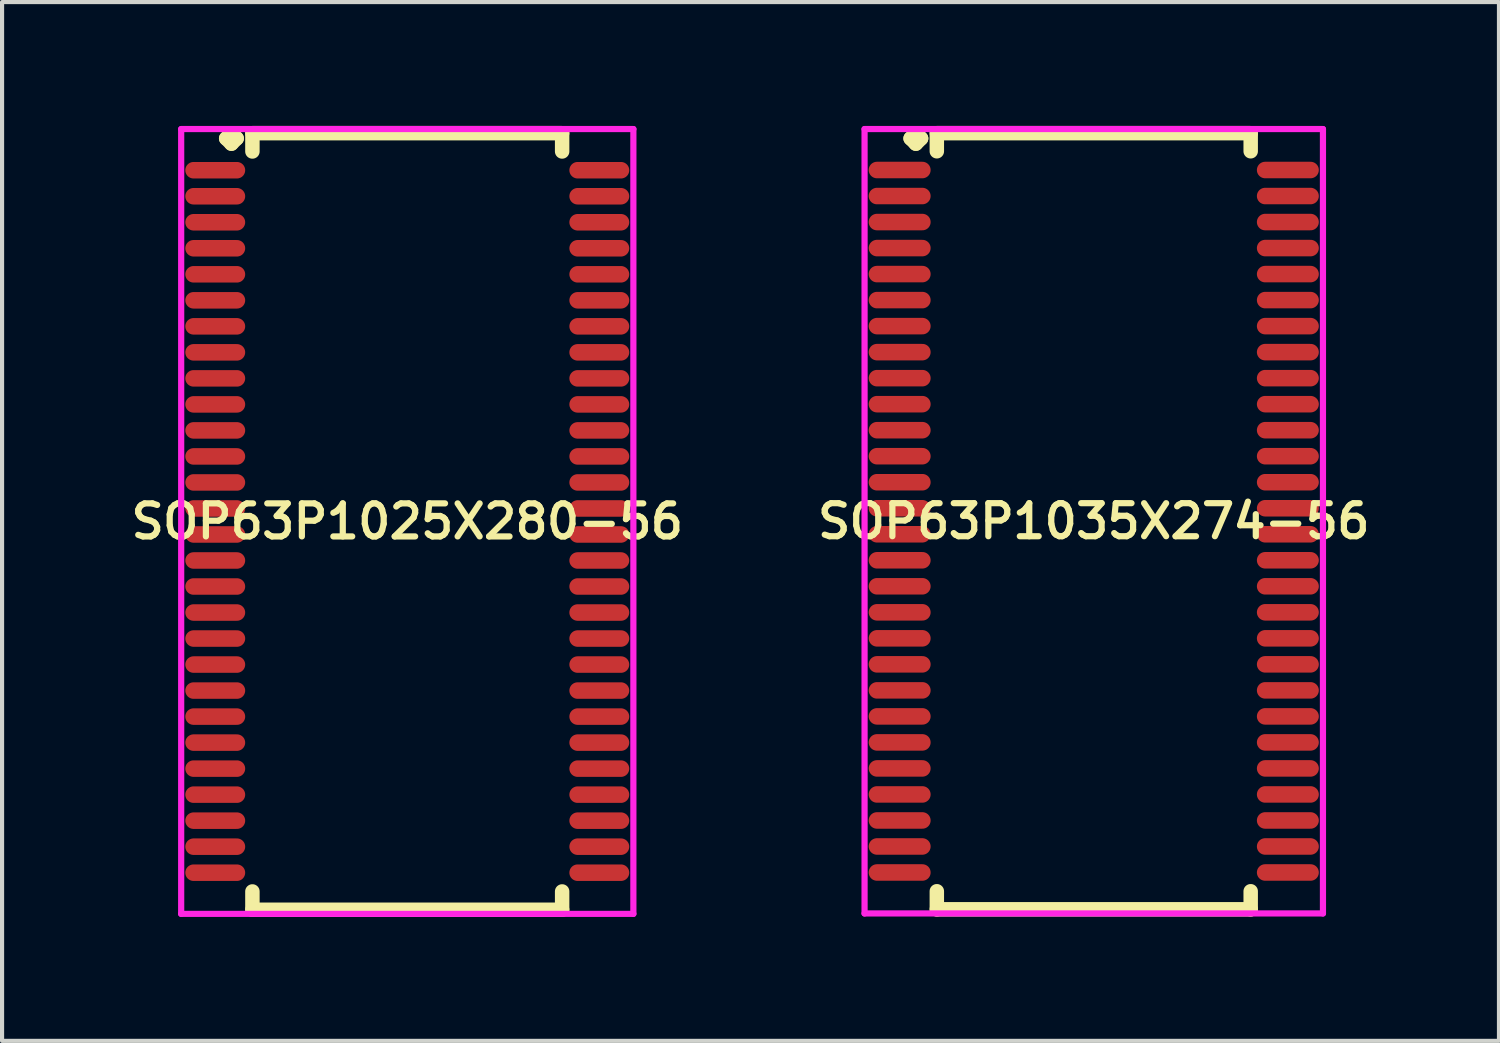
<source format=kicad_pcb>
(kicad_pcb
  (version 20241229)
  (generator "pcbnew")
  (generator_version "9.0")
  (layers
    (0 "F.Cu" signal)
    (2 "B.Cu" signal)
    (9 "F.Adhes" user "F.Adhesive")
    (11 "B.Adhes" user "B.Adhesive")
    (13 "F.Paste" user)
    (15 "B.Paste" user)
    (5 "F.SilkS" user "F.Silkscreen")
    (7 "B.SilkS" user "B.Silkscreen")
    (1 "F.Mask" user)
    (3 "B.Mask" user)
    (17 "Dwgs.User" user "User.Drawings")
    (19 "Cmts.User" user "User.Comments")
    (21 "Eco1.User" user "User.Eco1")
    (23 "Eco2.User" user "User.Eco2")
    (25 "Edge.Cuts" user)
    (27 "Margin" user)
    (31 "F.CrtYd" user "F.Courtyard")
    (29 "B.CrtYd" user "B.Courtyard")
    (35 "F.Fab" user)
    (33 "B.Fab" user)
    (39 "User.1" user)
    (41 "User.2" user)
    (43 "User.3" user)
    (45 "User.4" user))
  (footprint "SOP63P1025X280-56"
    (layer "F.Cu")
    (at 6.812 9.577)
    (property "Reference" "SOP63P1025X280-56" (at 0 0 0) (layer "F.SilkS") (effects (font (size 0.8 0.8) (thickness 0.15))))
    (attr smd)
    (fp_line (start -4.385 -9.275) (end -4.258 -9.402) (stroke (width 0.35) (type solid)) (layer "F.SilkS"))
    (fp_line (start -4.258 -9.402) (end -4.131 -9.275) (stroke (width 0.35) (type solid)) (layer "F.SilkS"))
    (fp_line (start -4.258 -9.148) (end -4.385 -9.275) (stroke (width 0.35) (type solid)) (layer "F.SilkS"))
    (fp_line (start -4.131 -9.275) (end -4.258 -9.148) (stroke (width 0.35) (type solid)) (layer "F.SilkS"))
    (fp_line (start -3.75 -9.402) (end 3.75 -9.402) (stroke (width 0.35) (type solid)) (layer "F.SilkS"))
    (fp_line (start -3.75 -8.959) (end -3.75 -9.402) (stroke (width 0.35) (type solid)) (layer "F.SilkS"))
    (fp_line (start -3.75 8.959) (end -3.75 9.402) (stroke (width 0.35) (type solid)) (layer "F.SilkS"))
    (fp_line (start -3.75 9.402) (end 3.75 9.402) (stroke (width 0.35) (type solid)) (layer "F.SilkS"))
    (fp_line (start 3.75 -9.402) (end 3.75 -8.959) (stroke (width 0.35) (type solid)) (layer "F.SilkS"))
    (fp_line (start 3.75 9.402) (end 3.75 8.959) (stroke (width 0.35) (type solid)) (layer "F.SilkS"))
    (fp_line (start -5.475 -9.502) (end 5.475 -9.502) (stroke (width 0.15) (type solid)) (layer "F.CrtYd"))
    (fp_line (start -5.475 9.502) (end -5.475 -9.502) (stroke (width 0.15) (type solid)) (layer "F.CrtYd"))
    (fp_line (start 5.475 -9.502) (end 5.475 9.502) (stroke (width 0.15) (type solid)) (layer "F.CrtYd"))
    (fp_line (start 5.475 9.502) (end -5.475 9.502) (stroke (width 0.15) (type solid)) (layer "F.CrtYd"))
    (pad "1" smd oval (at -4.65 -8.505) (size 1.45 0.4) (layers "F.Cu" "F.Mask" "F.Paste"))
    (pad "2" smd oval (at -4.65 -7.875) (size 1.45 0.4) (layers "F.Cu" "F.Mask" "F.Paste"))
    (pad "3" smd oval (at -4.65 -7.245) (size 1.45 0.4) (layers "F.Cu" "F.Mask" "F.Paste"))
    (pad "4" smd oval (at -4.65 -6.615) (size 1.45 0.4) (layers "F.Cu" "F.Mask" "F.Paste"))
    (pad "5" smd oval (at -4.65 -5.985) (size 1.45 0.4) (layers "F.Cu" "F.Mask" "F.Paste"))
    (pad "6" smd oval (at -4.65 -5.355) (size 1.45 0.4) (layers "F.Cu" "F.Mask" "F.Paste"))
    (pad "7" smd oval (at -4.65 -4.725) (size 1.45 0.4) (layers "F.Cu" "F.Mask" "F.Paste"))
    (pad "8" smd oval (at -4.65 -4.095) (size 1.45 0.4) (layers "F.Cu" "F.Mask" "F.Paste"))
    (pad "9" smd oval (at -4.65 -3.465) (size 1.45 0.4) (layers "F.Cu" "F.Mask" "F.Paste"))
    (pad "10" smd oval (at -4.65 -2.835) (size 1.45 0.4) (layers "F.Cu" "F.Mask" "F.Paste"))
    (pad "11" smd oval (at -4.65 -2.205) (size 1.45 0.4) (layers "F.Cu" "F.Mask" "F.Paste"))
    (pad "12" smd oval (at -4.65 -1.575) (size 1.45 0.4) (layers "F.Cu" "F.Mask" "F.Paste"))
    (pad "13" smd oval (at -4.65 -0.945) (size 1.45 0.4) (layers "F.Cu" "F.Mask" "F.Paste"))
    (pad "14" smd oval (at -4.65 -0.315) (size 1.45 0.4) (layers "F.Cu" "F.Mask" "F.Paste"))
    (pad "15" smd oval (at -4.65 0.315) (size 1.45 0.4) (layers "F.Cu" "F.Mask" "F.Paste"))
    (pad "16" smd oval (at -4.65 0.945) (size 1.45 0.4) (layers "F.Cu" "F.Mask" "F.Paste"))
    (pad "17" smd oval (at -4.65 1.575) (size 1.45 0.4) (layers "F.Cu" "F.Mask" "F.Paste"))
    (pad "18" smd oval (at -4.65 2.205) (size 1.45 0.4) (layers "F.Cu" "F.Mask" "F.Paste"))
    (pad "19" smd oval (at -4.65 2.835) (size 1.45 0.4) (layers "F.Cu" "F.Mask" "F.Paste"))
    (pad "20" smd oval (at -4.65 3.465) (size 1.45 0.4) (layers "F.Cu" "F.Mask" "F.Paste"))
    (pad "21" smd oval (at -4.65 4.095) (size 1.45 0.4) (layers "F.Cu" "F.Mask" "F.Paste"))
    (pad "22" smd oval (at -4.65 4.725) (size 1.45 0.4) (layers "F.Cu" "F.Mask" "F.Paste"))
    (pad "23" smd oval (at -4.65 5.355) (size 1.45 0.4) (layers "F.Cu" "F.Mask" "F.Paste"))
    (pad "24" smd oval (at -4.65 5.985) (size 1.45 0.4) (layers "F.Cu" "F.Mask" "F.Paste"))
    (pad "25" smd oval (at -4.65 6.615) (size 1.45 0.4) (layers "F.Cu" "F.Mask" "F.Paste"))
    (pad "26" smd oval (at -4.65 7.245) (size 1.45 0.4) (layers "F.Cu" "F.Mask" "F.Paste"))
    (pad "27" smd oval (at -4.65 7.875) (size 1.45 0.4) (layers "F.Cu" "F.Mask" "F.Paste"))
    (pad "28" smd oval (at -4.65 8.505) (size 1.45 0.4) (layers "F.Cu" "F.Mask" "F.Paste"))
    (pad "29" smd oval (at 4.65 8.505) (size 1.45 0.4) (layers "F.Cu" "F.Mask" "F.Paste"))
    (pad "30" smd oval (at 4.65 7.875) (size 1.45 0.4) (layers "F.Cu" "F.Mask" "F.Paste"))
    (pad "31" smd oval (at 4.65 7.245) (size 1.45 0.4) (layers "F.Cu" "F.Mask" "F.Paste"))
    (pad "32" smd oval (at 4.65 6.615) (size 1.45 0.4) (layers "F.Cu" "F.Mask" "F.Paste"))
    (pad "33" smd oval (at 4.65 5.985) (size 1.45 0.4) (layers "F.Cu" "F.Mask" "F.Paste"))
    (pad "34" smd oval (at 4.65 5.355) (size 1.45 0.4) (layers "F.Cu" "F.Mask" "F.Paste"))
    (pad "35" smd oval (at 4.65 4.725) (size 1.45 0.4) (layers "F.Cu" "F.Mask" "F.Paste"))
    (pad "36" smd oval (at 4.65 4.095) (size 1.45 0.4) (layers "F.Cu" "F.Mask" "F.Paste"))
    (pad "37" smd oval (at 4.65 3.465) (size 1.45 0.4) (layers "F.Cu" "F.Mask" "F.Paste"))
    (pad "38" smd oval (at 4.65 2.835) (size 1.45 0.4) (layers "F.Cu" "F.Mask" "F.Paste"))
    (pad "39" smd oval (at 4.65 2.205) (size 1.45 0.4) (layers "F.Cu" "F.Mask" "F.Paste"))
    (pad "40" smd oval (at 4.65 1.575) (size 1.45 0.4) (layers "F.Cu" "F.Mask" "F.Paste"))
    (pad "41" smd oval (at 4.65 0.945) (size 1.45 0.4) (layers "F.Cu" "F.Mask" "F.Paste"))
    (pad "42" smd oval (at 4.65 0.315) (size 1.45 0.4) (layers "F.Cu" "F.Mask" "F.Paste"))
    (pad "43" smd oval (at 4.65 -0.315) (size 1.45 0.4) (layers "F.Cu" "F.Mask" "F.Paste"))
    (pad "44" smd oval (at 4.65 -0.945) (size 1.45 0.4) (layers "F.Cu" "F.Mask" "F.Paste"))
    (pad "45" smd oval (at 4.65 -1.575) (size 1.45 0.4) (layers "F.Cu" "F.Mask" "F.Paste"))
    (pad "46" smd oval (at 4.65 -2.205) (size 1.45 0.4) (layers "F.Cu" "F.Mask" "F.Paste"))
    (pad "47" smd oval (at 4.65 -2.835) (size 1.45 0.4) (layers "F.Cu" "F.Mask" "F.Paste"))
    (pad "48" smd oval (at 4.65 -3.465) (size 1.45 0.4) (layers "F.Cu" "F.Mask" "F.Paste"))
    (pad "49" smd oval (at 4.65 -4.095) (size 1.45 0.4) (layers "F.Cu" "F.Mask" "F.Paste"))
    (pad "50" smd oval (at 4.65 -4.725) (size 1.45 0.4) (layers "F.Cu" "F.Mask" "F.Paste"))
    (pad "51" smd oval (at 4.65 -5.355) (size 1.45 0.4) (layers "F.Cu" "F.Mask" "F.Paste"))
    (pad "52" smd oval (at 4.65 -5.985) (size 1.45 0.4) (layers "F.Cu" "F.Mask" "F.Paste"))
    (pad "53" smd oval (at 4.65 -6.615) (size 1.45 0.4) (layers "F.Cu" "F.Mask" "F.Paste"))
    (pad "54" smd oval (at 4.65 -7.245) (size 1.45 0.4) (layers "F.Cu" "F.Mask" "F.Paste"))
    (pad "55" smd oval (at 4.65 -7.875) (size 1.45 0.4) (layers "F.Cu" "F.Mask" "F.Paste"))
    (pad "56" smd oval (at 4.65 -8.505) (size 1.45 0.4) (layers "F.Cu" "F.Mask" "F.Paste")))
  (footprint "SOP63P1035X274-56"
    (layer "F.Cu")
    (at 23.435 9.572)
    (property "Reference" "SOP63P1035X274-56" (at 0 0 0) (layer "F.SilkS") (effects (font (size 0.8 0.8) (thickness 0.15))))
    (attr smd)
    (fp_line (start -4.435 -9.27) (end -4.308 -9.397) (stroke (width 0.35) (type solid)) (layer "F.SilkS"))
    (fp_line (start -4.308 -9.397) (end -4.181 -9.27) (stroke (width 0.35) (type solid)) (layer "F.SilkS"))
    (fp_line (start -4.308 -9.143) (end -4.435 -9.27) (stroke (width 0.35) (type solid)) (layer "F.SilkS"))
    (fp_line (start -4.181 -9.27) (end -4.308 -9.143) (stroke (width 0.35) (type solid)) (layer "F.SilkS"))
    (fp_line (start -3.8 -9.397) (end 3.8 -9.397) (stroke (width 0.35) (type solid)) (layer "F.SilkS"))
    (fp_line (start -3.8 -8.959) (end -3.8 -9.397) (stroke (width 0.35) (type solid)) (layer "F.SilkS"))
    (fp_line (start -3.8 8.959) (end -3.8 9.397) (stroke (width 0.35) (type solid)) (layer "F.SilkS"))
    (fp_line (start -3.8 9.397) (end 3.8 9.397) (stroke (width 0.35) (type solid)) (layer "F.SilkS"))
    (fp_line (start 3.8 -9.397) (end 3.8 -8.959) (stroke (width 0.35) (type solid)) (layer "F.SilkS"))
    (fp_line (start 3.8 9.397) (end 3.8 8.959) (stroke (width 0.35) (type solid)) (layer "F.SilkS"))
    (fp_line (start -5.55 -9.497) (end 5.55 -9.497) (stroke (width 0.15) (type solid)) (layer "F.CrtYd"))
    (fp_line (start -5.55 9.497) (end -5.55 -9.497) (stroke (width 0.15) (type solid)) (layer "F.CrtYd"))
    (fp_line (start 5.55 -9.497) (end 5.55 9.497) (stroke (width 0.15) (type solid)) (layer "F.CrtYd"))
    (fp_line (start 5.55 9.497) (end -5.55 9.497) (stroke (width 0.15) (type solid)) (layer "F.CrtYd"))
    (pad "1" smd oval (at -4.7 -8.505) (size 1.5 0.4) (layers "F.Cu" "F.Mask" "F.Paste"))
    (pad "2" smd oval (at -4.7 -7.875) (size 1.5 0.4) (layers "F.Cu" "F.Mask" "F.Paste"))
    (pad "3" smd oval (at -4.7 -7.245) (size 1.5 0.4) (layers "F.Cu" "F.Mask" "F.Paste"))
    (pad "4" smd oval (at -4.7 -6.615) (size 1.5 0.4) (layers "F.Cu" "F.Mask" "F.Paste"))
    (pad "5" smd oval (at -4.7 -5.985) (size 1.5 0.4) (layers "F.Cu" "F.Mask" "F.Paste"))
    (pad "6" smd oval (at -4.7 -5.355) (size 1.5 0.4) (layers "F.Cu" "F.Mask" "F.Paste"))
    (pad "7" smd oval (at -4.7 -4.725) (size 1.5 0.4) (layers "F.Cu" "F.Mask" "F.Paste"))
    (pad "8" smd oval (at -4.7 -4.095) (size 1.5 0.4) (layers "F.Cu" "F.Mask" "F.Paste"))
    (pad "9" smd oval (at -4.7 -3.465) (size 1.5 0.4) (layers "F.Cu" "F.Mask" "F.Paste"))
    (pad "10" smd oval (at -4.7 -2.835) (size 1.5 0.4) (layers "F.Cu" "F.Mask" "F.Paste"))
    (pad "11" smd oval (at -4.7 -2.205) (size 1.5 0.4) (layers "F.Cu" "F.Mask" "F.Paste"))
    (pad "12" smd oval (at -4.7 -1.575) (size 1.5 0.4) (layers "F.Cu" "F.Mask" "F.Paste"))
    (pad "13" smd oval (at -4.7 -0.945) (size 1.5 0.4) (layers "F.Cu" "F.Mask" "F.Paste"))
    (pad "14" smd oval (at -4.7 -0.315) (size 1.5 0.4) (layers "F.Cu" "F.Mask" "F.Paste"))
    (pad "15" smd oval (at -4.7 0.315) (size 1.5 0.4) (layers "F.Cu" "F.Mask" "F.Paste"))
    (pad "16" smd oval (at -4.7 0.945) (size 1.5 0.4) (layers "F.Cu" "F.Mask" "F.Paste"))
    (pad "17" smd oval (at -4.7 1.575) (size 1.5 0.4) (layers "F.Cu" "F.Mask" "F.Paste"))
    (pad "18" smd oval (at -4.7 2.205) (size 1.5 0.4) (layers "F.Cu" "F.Mask" "F.Paste"))
    (pad "19" smd oval (at -4.7 2.835) (size 1.5 0.4) (layers "F.Cu" "F.Mask" "F.Paste"))
    (pad "20" smd oval (at -4.7 3.465) (size 1.5 0.4) (layers "F.Cu" "F.Mask" "F.Paste"))
    (pad "21" smd oval (at -4.7 4.095) (size 1.5 0.4) (layers "F.Cu" "F.Mask" "F.Paste"))
    (pad "22" smd oval (at -4.7 4.725) (size 1.5 0.4) (layers "F.Cu" "F.Mask" "F.Paste"))
    (pad "23" smd oval (at -4.7 5.355) (size 1.5 0.4) (layers "F.Cu" "F.Mask" "F.Paste"))
    (pad "24" smd oval (at -4.7 5.985) (size 1.5 0.4) (layers "F.Cu" "F.Mask" "F.Paste"))
    (pad "25" smd oval (at -4.7 6.615) (size 1.5 0.4) (layers "F.Cu" "F.Mask" "F.Paste"))
    (pad "26" smd oval (at -4.7 7.245) (size 1.5 0.4) (layers "F.Cu" "F.Mask" "F.Paste"))
    (pad "27" smd oval (at -4.7 7.875) (size 1.5 0.4) (layers "F.Cu" "F.Mask" "F.Paste"))
    (pad "28" smd oval (at -4.7 8.505) (size 1.5 0.4) (layers "F.Cu" "F.Mask" "F.Paste"))
    (pad "29" smd oval (at 4.7 8.505) (size 1.5 0.4) (layers "F.Cu" "F.Mask" "F.Paste"))
    (pad "30" smd oval (at 4.7 7.875) (size 1.5 0.4) (layers "F.Cu" "F.Mask" "F.Paste"))
    (pad "31" smd oval (at 4.7 7.245) (size 1.5 0.4) (layers "F.Cu" "F.Mask" "F.Paste"))
    (pad "32" smd oval (at 4.7 6.615) (size 1.5 0.4) (layers "F.Cu" "F.Mask" "F.Paste"))
    (pad "33" smd oval (at 4.7 5.985) (size 1.5 0.4) (layers "F.Cu" "F.Mask" "F.Paste"))
    (pad "34" smd oval (at 4.7 5.355) (size 1.5 0.4) (layers "F.Cu" "F.Mask" "F.Paste"))
    (pad "35" smd oval (at 4.7 4.725) (size 1.5 0.4) (layers "F.Cu" "F.Mask" "F.Paste"))
    (pad "36" smd oval (at 4.7 4.095) (size 1.5 0.4) (layers "F.Cu" "F.Mask" "F.Paste"))
    (pad "37" smd oval (at 4.7 3.465) (size 1.5 0.4) (layers "F.Cu" "F.Mask" "F.Paste"))
    (pad "38" smd oval (at 4.7 2.835) (size 1.5 0.4) (layers "F.Cu" "F.Mask" "F.Paste"))
    (pad "39" smd oval (at 4.7 2.205) (size 1.5 0.4) (layers "F.Cu" "F.Mask" "F.Paste"))
    (pad "40" smd oval (at 4.7 1.575) (size 1.5 0.4) (layers "F.Cu" "F.Mask" "F.Paste"))
    (pad "41" smd oval (at 4.7 0.945) (size 1.5 0.4) (layers "F.Cu" "F.Mask" "F.Paste"))
    (pad "42" smd oval (at 4.7 0.315) (size 1.5 0.4) (layers "F.Cu" "F.Mask" "F.Paste"))
    (pad "43" smd oval (at 4.7 -0.315) (size 1.5 0.4) (layers "F.Cu" "F.Mask" "F.Paste"))
    (pad "44" smd oval (at 4.7 -0.945) (size 1.5 0.4) (layers "F.Cu" "F.Mask" "F.Paste"))
    (pad "45" smd oval (at 4.7 -1.575) (size 1.5 0.4) (layers "F.Cu" "F.Mask" "F.Paste"))
    (pad "46" smd oval (at 4.7 -2.205) (size 1.5 0.4) (layers "F.Cu" "F.Mask" "F.Paste"))
    (pad "47" smd oval (at 4.7 -2.835) (size 1.5 0.4) (layers "F.Cu" "F.Mask" "F.Paste"))
    (pad "48" smd oval (at 4.7 -3.465) (size 1.5 0.4) (layers "F.Cu" "F.Mask" "F.Paste"))
    (pad "49" smd oval (at 4.7 -4.095) (size 1.5 0.4) (layers "F.Cu" "F.Mask" "F.Paste"))
    (pad "50" smd oval (at 4.7 -4.725) (size 1.5 0.4) (layers "F.Cu" "F.Mask" "F.Paste"))
    (pad "51" smd oval (at 4.7 -5.355) (size 1.5 0.4) (layers "F.Cu" "F.Mask" "F.Paste"))
    (pad "52" smd oval (at 4.7 -5.985) (size 1.5 0.4) (layers "F.Cu" "F.Mask" "F.Paste"))
    (pad "53" smd oval (at 4.7 -6.615) (size 1.5 0.4) (layers "F.Cu" "F.Mask" "F.Paste"))
    (pad "54" smd oval (at 4.7 -7.245) (size 1.5 0.4) (layers "F.Cu" "F.Mask" "F.Paste"))
    (pad "55" smd oval (at 4.7 -7.875) (size 1.5 0.4) (layers "F.Cu" "F.Mask" "F.Paste"))
    (pad "56" smd oval (at 4.7 -8.505) (size 1.5 0.4) (layers "F.Cu" "F.Mask" "F.Paste")))
  (gr_rect
    (start -3 -3)
    (end 33.247 22.154)
    (stroke (width 0.1) (type default))
    (fill no)
    (layer "Edge.Cuts")))
</source>
